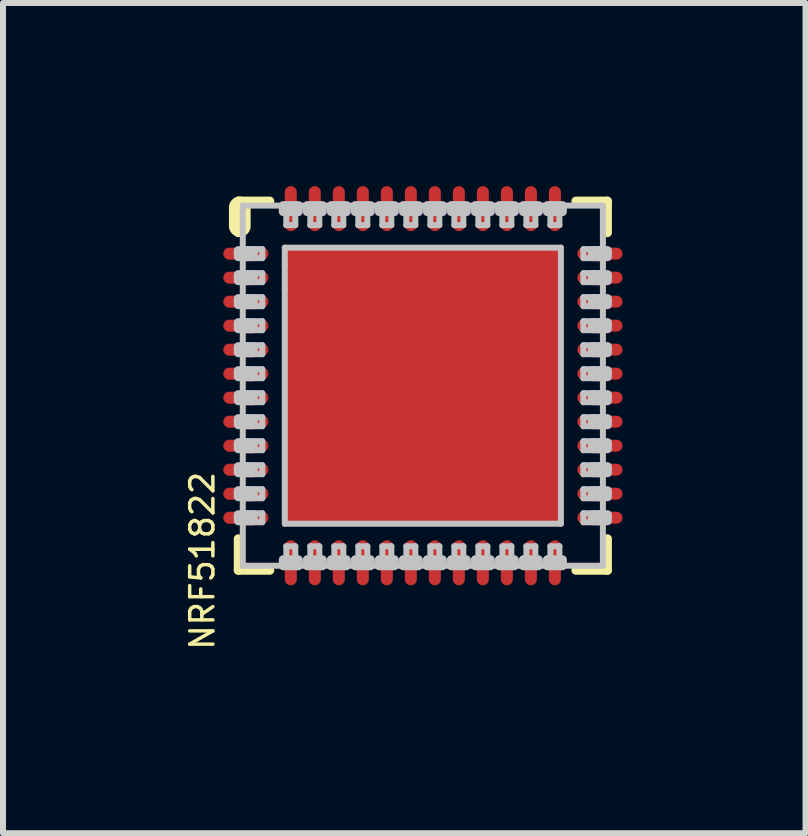
<source format=kicad_pcb>
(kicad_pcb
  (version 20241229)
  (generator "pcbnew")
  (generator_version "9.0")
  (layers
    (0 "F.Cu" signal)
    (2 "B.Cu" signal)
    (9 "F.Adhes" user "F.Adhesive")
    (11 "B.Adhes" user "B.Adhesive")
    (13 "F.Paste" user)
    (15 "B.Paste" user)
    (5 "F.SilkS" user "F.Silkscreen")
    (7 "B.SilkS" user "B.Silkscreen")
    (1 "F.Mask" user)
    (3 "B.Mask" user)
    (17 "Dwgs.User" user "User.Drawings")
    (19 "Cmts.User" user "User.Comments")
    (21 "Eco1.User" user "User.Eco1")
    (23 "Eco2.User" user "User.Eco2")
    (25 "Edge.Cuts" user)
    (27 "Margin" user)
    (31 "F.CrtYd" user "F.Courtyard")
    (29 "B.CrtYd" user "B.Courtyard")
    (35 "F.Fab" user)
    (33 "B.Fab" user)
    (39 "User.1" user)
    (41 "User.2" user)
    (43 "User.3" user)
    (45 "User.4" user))
  (footprint "NRF51822"
    (layer "F.Cu")
    (at 3.995 3.376)
    (property "Reference" "NRF51822" (at -3.9 1.4 270) (layer "F.SilkS") (effects (font (size 0.386 0.386) (thickness 0.058)) (justify right top)))
    (attr through_hole)
    (fp_line (start -3.225 -2.2) (end -2.675 -2.2) (stroke (width 0.302) (type solid)) (layer "F.Mask"))
    (fp_line (start -3.225 -1.8) (end -2.675 -1.8) (stroke (width 0.302) (type solid)) (layer "F.Mask"))
    (fp_line (start -3.225 -1.4) (end -2.675 -1.4) (stroke (width 0.302) (type solid)) (layer "F.Mask"))
    (fp_line (start -3.225 -1) (end -2.675 -1) (stroke (width 0.302) (type solid)) (layer "F.Mask"))
    (fp_line (start -3.225 -0.6) (end -2.675 -0.6) (stroke (width 0.302) (type solid)) (layer "F.Mask"))
    (fp_line (start -3.225 -0.2) (end -2.675 -0.2) (stroke (width 0.302) (type solid)) (layer "F.Mask"))
    (fp_line (start -3.225 0.2) (end -2.675 0.2) (stroke (width 0.302) (type solid)) (layer "F.Mask"))
    (fp_line (start -3.225 0.6) (end -2.675 0.6) (stroke (width 0.302) (type solid)) (layer "F.Mask"))
    (fp_line (start -3.225 1) (end -2.675 1) (stroke (width 0.302) (type solid)) (layer "F.Mask"))
    (fp_line (start -3.225 1.4) (end -2.675 1.4) (stroke (width 0.302) (type solid)) (layer "F.Mask"))
    (fp_line (start -3.225 1.8) (end -2.675 1.8) (stroke (width 0.302) (type solid)) (layer "F.Mask"))
    (fp_line (start -3.225 2.2) (end -2.675 2.2) (stroke (width 0.302) (type solid)) (layer "F.Mask"))
    (fp_line (start -2.2 -2.675) (end -2.2 -3.225) (stroke (width 0.302) (type solid)) (layer "F.Mask"))
    (fp_line (start -2.2 3.225) (end -2.2 2.675) (stroke (width 0.302) (type solid)) (layer "F.Mask"))
    (fp_line (start -1.8 -2.675) (end -1.8 -3.225) (stroke (width 0.302) (type solid)) (layer "F.Mask"))
    (fp_line (start -1.8 3.225) (end -1.8 2.675) (stroke (width 0.302) (type solid)) (layer "F.Mask"))
    (fp_line (start -1.4 -2.675) (end -1.4 -3.225) (stroke (width 0.302) (type solid)) (layer "F.Mask"))
    (fp_line (start -1.4 3.225) (end -1.4 2.675) (stroke (width 0.302) (type solid)) (layer "F.Mask"))
    (fp_line (start -1 -2.675) (end -1 -3.225) (stroke (width 0.302) (type solid)) (layer "F.Mask"))
    (fp_line (start -1 3.225) (end -1 2.675) (stroke (width 0.302) (type solid)) (layer "F.Mask"))
    (fp_line (start -0.6 -2.675) (end -0.6 -3.225) (stroke (width 0.302) (type solid)) (layer "F.Mask"))
    (fp_line (start -0.6 3.225) (end -0.6 2.675) (stroke (width 0.302) (type solid)) (layer "F.Mask"))
    (fp_line (start -0.2 -2.675) (end -0.2 -3.225) (stroke (width 0.302) (type solid)) (layer "F.Mask"))
    (fp_line (start -0.2 3.225) (end -0.2 2.675) (stroke (width 0.302) (type solid)) (layer "F.Mask"))
    (fp_line (start 0.2 -2.675) (end 0.2 -3.225) (stroke (width 0.302) (type solid)) (layer "F.Mask"))
    (fp_line (start 0.2 3.225) (end 0.2 2.675) (stroke (width 0.302) (type solid)) (layer "F.Mask"))
    (fp_line (start 0.6 -2.675) (end 0.6 -3.225) (stroke (width 0.302) (type solid)) (layer "F.Mask"))
    (fp_line (start 0.6 3.225) (end 0.6 2.675) (stroke (width 0.302) (type solid)) (layer "F.Mask"))
    (fp_line (start 1 -2.675) (end 1 -3.225) (stroke (width 0.302) (type solid)) (layer "F.Mask"))
    (fp_line (start 1 3.225) (end 1 2.675) (stroke (width 0.302) (type solid)) (layer "F.Mask"))
    (fp_line (start 1.4 -2.675) (end 1.4 -3.225) (stroke (width 0.302) (type solid)) (layer "F.Mask"))
    (fp_line (start 1.4 3.225) (end 1.4 2.675) (stroke (width 0.302) (type solid)) (layer "F.Mask"))
    (fp_line (start 1.8 -2.675) (end 1.8 -3.225) (stroke (width 0.302) (type solid)) (layer "F.Mask"))
    (fp_line (start 1.8 3.225) (end 1.8 2.675) (stroke (width 0.302) (type solid)) (layer "F.Mask"))
    (fp_line (start 2.2 -2.675) (end 2.2 -3.225) (stroke (width 0.302) (type solid)) (layer "F.Mask"))
    (fp_line (start 2.2 3.225) (end 2.2 2.675) (stroke (width 0.302) (type solid)) (layer "F.Mask"))
    (fp_line (start 2.675 -2.2) (end 3.225 -2.2) (stroke (width 0.302) (type solid)) (layer "F.Mask"))
    (fp_line (start 2.675 -1.8) (end 3.225 -1.8) (stroke (width 0.302) (type solid)) (layer "F.Mask"))
    (fp_line (start 2.675 -1.4) (end 3.225 -1.4) (stroke (width 0.302) (type solid)) (layer "F.Mask"))
    (fp_line (start 2.675 -1) (end 3.225 -1) (stroke (width 0.302) (type solid)) (layer "F.Mask"))
    (fp_line (start 2.675 -0.6) (end 3.225 -0.6) (stroke (width 0.302) (type solid)) (layer "F.Mask"))
    (fp_line (start 2.675 -0.2) (end 3.225 -0.2) (stroke (width 0.302) (type solid)) (layer "F.Mask"))
    (fp_line (start 2.675 0.2) (end 3.225 0.2) (stroke (width 0.302) (type solid)) (layer "F.Mask"))
    (fp_line (start 2.675 0.6) (end 3.225 0.6) (stroke (width 0.302) (type solid)) (layer "F.Mask"))
    (fp_line (start 2.675 1) (end 3.225 1) (stroke (width 0.302) (type solid)) (layer "F.Mask"))
    (fp_line (start 2.675 1.4) (end 3.225 1.4) (stroke (width 0.302) (type solid)) (layer "F.Mask"))
    (fp_line (start 2.675 1.8) (end 3.225 1.8) (stroke (width 0.302) (type solid)) (layer "F.Mask"))
    (fp_line (start 2.675 2.2) (end 3.225 2.2) (stroke (width 0.302) (type solid)) (layer "F.Mask"))
    (fp_poly (pts (xy -2.375 2.375) (xy 2.375 2.375) (xy 2.375 -2.375) (xy -2.375 -2.375)) (stroke (width 0.15) (type solid)) (fill yes) (layer "F.Mask"))
    (fp_line (start -3.075 -3.075) (end -2.55 -3.075) (stroke (width 0.15) (type solid)) (layer "F.SilkS"))
    (fp_line (start -3.075 -2.55) (end -3.075 -3.075) (stroke (width 0.15) (type solid)) (layer "F.SilkS"))
    (fp_line (start -3.075 3.075) (end -3.075 2.55) (stroke (width 0.15) (type solid)) (layer "F.SilkS"))
    (fp_line (start -3.05 -2.66) (end -3.05 -2.97) (stroke (width 0.362) (type solid)) (layer "F.SilkS"))
    (fp_line (start -2.55 3.075) (end -3.075 3.075) (stroke (width 0.15) (type solid)) (layer "F.SilkS"))
    (fp_line (start 2.55 -3.075) (end 3.075 -3.075) (stroke (width 0.15) (type solid)) (layer "F.SilkS"))
    (fp_line (start 3.075 -3.075) (end 3.075 -2.55) (stroke (width 0.15) (type solid)) (layer "F.SilkS"))
    (fp_line (start 3.075 2.55) (end 3.075 3.075) (stroke (width 0.15) (type solid)) (layer "F.SilkS"))
    (fp_line (start 3.075 3.075) (end 2.55 3.075) (stroke (width 0.15) (type solid)) (layer "F.SilkS"))
    (fp_poly (pts (xy -2.1 -0.2) (xy -0.2 -0.2) (xy -0.2 -2.1) (xy -2.1 -2.1)) (stroke (width 0.15) (type solid)) (fill yes) (layer "F.Paste"))
    (fp_poly (pts (xy -2.1 2.1) (xy -0.2 2.1) (xy -0.2 0.2) (xy -2.1 0.2)) (stroke (width 0.15) (type solid)) (fill yes) (layer "F.Paste"))
    (fp_poly (pts (xy 0.2 -0.2) (xy 2.1 -0.2) (xy 2.1 -2.1) (xy 0.2 -2.1)) (stroke (width 0.15) (type solid)) (fill yes) (layer "F.Paste"))
    (fp_poly (pts (xy 0.2 2.1) (xy 2.1 2.1) (xy 2.1 0.2) (xy 0.2 0.2)) (stroke (width 0.15) (type solid)) (fill yes) (layer "F.Paste"))
    (fp_line (start -3 -3) (end 3 -3) (stroke (width 0.1) (type solid)) (layer "Dwgs.User"))
    (fp_line (start -3 3) (end -3 -3) (stroke (width 0.1) (type solid)) (layer "Dwgs.User"))
    (fp_line (start -2.95 -2.125) (end -2.675 -2.125) (stroke (width 0.1) (type solid)) (layer "Dwgs.User"))
    (fp_line (start -2.95 -1.725) (end -2.675 -1.725) (stroke (width 0.1) (type solid)) (layer "Dwgs.User"))
    (fp_line (start -2.95 -1.325) (end -2.675 -1.325) (stroke (width 0.1) (type solid)) (layer "Dwgs.User"))
    (fp_line (start -2.95 -0.925) (end -2.675 -0.925) (stroke (width 0.1) (type solid)) (layer "Dwgs.User"))
    (fp_line (start -2.95 -0.525) (end -2.675 -0.525) (stroke (width 0.1) (type solid)) (layer "Dwgs.User"))
    (fp_line (start -2.95 -0.125) (end -2.675 -0.125) (stroke (width 0.1) (type solid)) (layer "Dwgs.User"))
    (fp_line (start -2.95 0.275) (end -2.675 0.275) (stroke (width 0.1) (type solid)) (layer "Dwgs.User"))
    (fp_line (start -2.95 0.675) (end -2.675 0.675) (stroke (width 0.1) (type solid)) (layer "Dwgs.User"))
    (fp_line (start -2.95 1.075) (end -2.675 1.075) (stroke (width 0.1) (type solid)) (layer "Dwgs.User"))
    (fp_line (start -2.95 1.475) (end -2.675 1.475) (stroke (width 0.1) (type solid)) (layer "Dwgs.User"))
    (fp_line (start -2.95 1.875) (end -2.675 1.875) (stroke (width 0.1) (type solid)) (layer "Dwgs.User"))
    (fp_line (start -2.95 2.275) (end -2.675 2.275) (stroke (width 0.1) (type solid)) (layer "Dwgs.User"))
    (fp_line (start -2.675 -2.275) (end -2.95 -2.275) (stroke (width 0.1) (type solid)) (layer "Dwgs.User"))
    (fp_line (start -2.675 -2.275) (end -2.675 -2.125) (stroke (width 0.1) (type solid)) (layer "Dwgs.User"))
    (fp_line (start -2.675 -1.875) (end -2.95 -1.875) (stroke (width 0.1) (type solid)) (layer "Dwgs.User"))
    (fp_line (start -2.675 -1.875) (end -2.675 -1.725) (stroke (width 0.1) (type solid)) (layer "Dwgs.User"))
    (fp_line (start -2.675 -1.475) (end -2.95 -1.475) (stroke (width 0.1) (type solid)) (layer "Dwgs.User"))
    (fp_line (start -2.675 -1.475) (end -2.675 -1.325) (stroke (width 0.1) (type solid)) (layer "Dwgs.User"))
    (fp_line (start -2.675 -1.075) (end -2.95 -1.075) (stroke (width 0.1) (type solid)) (layer "Dwgs.User"))
    (fp_line (start -2.675 -1.075) (end -2.675 -0.925) (stroke (width 0.1) (type solid)) (layer "Dwgs.User"))
    (fp_line (start -2.675 -0.675) (end -2.95 -0.675) (stroke (width 0.1) (type solid)) (layer "Dwgs.User"))
    (fp_line (start -2.675 -0.675) (end -2.675 -0.525) (stroke (width 0.1) (type solid)) (layer "Dwgs.User"))
    (fp_line (start -2.675 -0.275) (end -2.95 -0.275) (stroke (width 0.1) (type solid)) (layer "Dwgs.User"))
    (fp_line (start -2.675 -0.275) (end -2.675 -0.125) (stroke (width 0.1) (type solid)) (layer "Dwgs.User"))
    (fp_line (start -2.675 0.125) (end -2.95 0.125) (stroke (width 0.1) (type solid)) (layer "Dwgs.User"))
    (fp_line (start -2.675 0.125) (end -2.675 0.275) (stroke (width 0.1) (type solid)) (layer "Dwgs.User"))
    (fp_line (start -2.675 0.525) (end -2.95 0.525) (stroke (width 0.1) (type solid)) (layer "Dwgs.User"))
    (fp_line (start -2.675 0.525) (end -2.675 0.675) (stroke (width 0.1) (type solid)) (layer "Dwgs.User"))
    (fp_line (start -2.675 0.925) (end -2.95 0.925) (stroke (width 0.1) (type solid)) (layer "Dwgs.User"))
    (fp_line (start -2.675 0.925) (end -2.675 1.075) (stroke (width 0.1) (type solid)) (layer "Dwgs.User"))
    (fp_line (start -2.675 1.325) (end -2.95 1.325) (stroke (width 0.1) (type solid)) (layer "Dwgs.User"))
    (fp_line (start -2.675 1.325) (end -2.675 1.475) (stroke (width 0.1) (type solid)) (layer "Dwgs.User"))
    (fp_line (start -2.675 1.725) (end -2.95 1.725) (stroke (width 0.1) (type solid)) (layer "Dwgs.User"))
    (fp_line (start -2.675 1.725) (end -2.675 1.875) (stroke (width 0.1) (type solid)) (layer "Dwgs.User"))
    (fp_line (start -2.675 2.125) (end -2.95 2.125) (stroke (width 0.1) (type solid)) (layer "Dwgs.User"))
    (fp_line (start -2.675 2.125) (end -2.675 2.275) (stroke (width 0.1) (type solid)) (layer "Dwgs.User"))
    (fp_line (start -2.3 -2.3) (end 2.3 -2.3) (stroke (width 0.1) (type solid)) (layer "Dwgs.User"))
    (fp_line (start -2.3 -2) (end -2.3 -2.3) (stroke (width 0.1) (type solid)) (layer "Dwgs.User"))
    (fp_line (start -2.3 -2) (end -2.3 -1.6) (stroke (width 0.1) (type solid)) (layer "Dwgs.User"))
    (fp_line (start -2.3 2.3) (end -2.3 -1.6) (stroke (width 0.1) (type solid)) (layer "Dwgs.User"))
    (fp_line (start -2.275 -2.95) (end -2.275 -2.675) (stroke (width 0.1) (type solid)) (layer "Dwgs.User"))
    (fp_line (start -2.275 2.675) (end -2.275 2.95) (stroke (width 0.1) (type solid)) (layer "Dwgs.User"))
    (fp_line (start -2.275 2.675) (end -2.125 2.675) (stroke (width 0.1) (type solid)) (layer "Dwgs.User"))
    (fp_line (start -2.125 -2.675) (end -2.275 -2.675) (stroke (width 0.1) (type solid)) (layer "Dwgs.User"))
    (fp_line (start -2.125 -2.675) (end -2.125 -2.95) (stroke (width 0.1) (type solid)) (layer "Dwgs.User"))
    (fp_line (start -2.125 2.95) (end -2.125 2.675) (stroke (width 0.1) (type solid)) (layer "Dwgs.User"))
    (fp_line (start -1.875 -2.95) (end -1.875 -2.675) (stroke (width 0.1) (type solid)) (layer "Dwgs.User"))
    (fp_line (start -1.875 2.675) (end -1.875 2.95) (stroke (width 0.1) (type solid)) (layer "Dwgs.User"))
    (fp_line (start -1.875 2.675) (end -1.725 2.675) (stroke (width 0.1) (type solid)) (layer "Dwgs.User"))
    (fp_line (start -1.725 -2.675) (end -1.875 -2.675) (stroke (width 0.1) (type solid)) (layer "Dwgs.User"))
    (fp_line (start -1.725 -2.675) (end -1.725 -2.95) (stroke (width 0.1) (type solid)) (layer "Dwgs.User"))
    (fp_line (start -1.725 2.95) (end -1.725 2.675) (stroke (width 0.1) (type solid)) (layer "Dwgs.User"))
    (fp_line (start -1.475 -2.95) (end -1.475 -2.675) (stroke (width 0.1) (type solid)) (layer "Dwgs.User"))
    (fp_line (start -1.475 2.675) (end -1.475 2.95) (stroke (width 0.1) (type solid)) (layer "Dwgs.User"))
    (fp_line (start -1.475 2.675) (end -1.325 2.675) (stroke (width 0.1) (type solid)) (layer "Dwgs.User"))
    (fp_line (start -1.325 -2.675) (end -1.475 -2.675) (stroke (width 0.1) (type solid)) (layer "Dwgs.User"))
    (fp_line (start -1.325 -2.675) (end -1.325 -2.95) (stroke (width 0.1) (type solid)) (layer "Dwgs.User"))
    (fp_line (start -1.325 2.95) (end -1.325 2.675) (stroke (width 0.1) (type solid)) (layer "Dwgs.User"))
    (fp_line (start -1.075 -2.95) (end -1.075 -2.675) (stroke (width 0.1) (type solid)) (layer "Dwgs.User"))
    (fp_line (start -1.075 2.675) (end -1.075 2.95) (stroke (width 0.1) (type solid)) (layer "Dwgs.User"))
    (fp_line (start -1.075 2.675) (end -0.925 2.675) (stroke (width 0.1) (type solid)) (layer "Dwgs.User"))
    (fp_line (start -0.925 -2.675) (end -1.075 -2.675) (stroke (width 0.1) (type solid)) (layer "Dwgs.User"))
    (fp_line (start -0.925 -2.675) (end -0.925 -2.95) (stroke (width 0.1) (type solid)) (layer "Dwgs.User"))
    (fp_line (start -0.925 2.95) (end -0.925 2.675) (stroke (width 0.1) (type solid)) (layer "Dwgs.User"))
    (fp_line (start -0.675 -2.95) (end -0.675 -2.675) (stroke (width 0.1) (type solid)) (layer "Dwgs.User"))
    (fp_line (start -0.675 2.675) (end -0.675 2.95) (stroke (width 0.1) (type solid)) (layer "Dwgs.User"))
    (fp_line (start -0.675 2.675) (end -0.525 2.675) (stroke (width 0.1) (type solid)) (layer "Dwgs.User"))
    (fp_line (start -0.525 -2.675) (end -0.675 -2.675) (stroke (width 0.1) (type solid)) (layer "Dwgs.User"))
    (fp_line (start -0.525 -2.675) (end -0.525 -2.95) (stroke (width 0.1) (type solid)) (layer "Dwgs.User"))
    (fp_line (start -0.525 2.95) (end -0.525 2.675) (stroke (width 0.1) (type solid)) (layer "Dwgs.User"))
    (fp_line (start -0.275 -2.95) (end -0.275 -2.675) (stroke (width 0.1) (type solid)) (layer "Dwgs.User"))
    (fp_line (start -0.275 2.675) (end -0.275 2.95) (stroke (width 0.1) (type solid)) (layer "Dwgs.User"))
    (fp_line (start -0.275 2.675) (end -0.125 2.675) (stroke (width 0.1) (type solid)) (layer "Dwgs.User"))
    (fp_line (start -0.125 -2.675) (end -0.275 -2.675) (stroke (width 0.1) (type solid)) (layer "Dwgs.User"))
    (fp_line (start -0.125 -2.675) (end -0.125 -2.95) (stroke (width 0.1) (type solid)) (layer "Dwgs.User"))
    (fp_line (start -0.125 2.95) (end -0.125 2.675) (stroke (width 0.1) (type solid)) (layer "Dwgs.User"))
    (fp_line (start 0.125 -2.95) (end 0.125 -2.675) (stroke (width 0.1) (type solid)) (layer "Dwgs.User"))
    (fp_line (start 0.125 2.675) (end 0.125 2.95) (stroke (width 0.1) (type solid)) (layer "Dwgs.User"))
    (fp_line (start 0.125 2.675) (end 0.275 2.675) (stroke (width 0.1) (type solid)) (layer "Dwgs.User"))
    (fp_line (start 0.275 -2.675) (end 0.125 -2.675) (stroke (width 0.1) (type solid)) (layer "Dwgs.User"))
    (fp_line (start 0.275 -2.675) (end 0.275 -2.95) (stroke (width 0.1) (type solid)) (layer "Dwgs.User"))
    (fp_line (start 0.275 2.95) (end 0.275 2.675) (stroke (width 0.1) (type solid)) (layer "Dwgs.User"))
    (fp_line (start 0.525 -2.95) (end 0.525 -2.675) (stroke (width 0.1) (type solid)) (layer "Dwgs.User"))
    (fp_line (start 0.525 2.675) (end 0.525 2.95) (stroke (width 0.1) (type solid)) (layer "Dwgs.User"))
    (fp_line (start 0.525 2.675) (end 0.675 2.675) (stroke (width 0.1) (type solid)) (layer "Dwgs.User"))
    (fp_line (start 0.675 -2.675) (end 0.525 -2.675) (stroke (width 0.1) (type solid)) (layer "Dwgs.User"))
    (fp_line (start 0.675 -2.675) (end 0.675 -2.95) (stroke (width 0.1) (type solid)) (layer "Dwgs.User"))
    (fp_line (start 0.675 2.95) (end 0.675 2.675) (stroke (width 0.1) (type solid)) (layer "Dwgs.User"))
    (fp_line (start 0.925 -2.95) (end 0.925 -2.675) (stroke (width 0.1) (type solid)) (layer "Dwgs.User"))
    (fp_line (start 0.925 2.675) (end 0.925 2.95) (stroke (width 0.1) (type solid)) (layer "Dwgs.User"))
    (fp_line (start 0.925 2.675) (end 1.075 2.675) (stroke (width 0.1) (type solid)) (layer "Dwgs.User"))
    (fp_line (start 1.075 -2.675) (end 0.925 -2.675) (stroke (width 0.1) (type solid)) (layer "Dwgs.User"))
    (fp_line (start 1.075 -2.675) (end 1.075 -2.95) (stroke (width 0.1) (type solid)) (layer "Dwgs.User"))
    (fp_line (start 1.075 2.95) (end 1.075 2.675) (stroke (width 0.1) (type solid)) (layer "Dwgs.User"))
    (fp_line (start 1.325 -2.95) (end 1.325 -2.675) (stroke (width 0.1) (type solid)) (layer "Dwgs.User"))
    (fp_line (start 1.325 2.675) (end 1.325 2.95) (stroke (width 0.1) (type solid)) (layer "Dwgs.User"))
    (fp_line (start 1.325 2.675) (end 1.475 2.675) (stroke (width 0.1) (type solid)) (layer "Dwgs.User"))
    (fp_line (start 1.475 -2.675) (end 1.325 -2.675) (stroke (width 0.1) (type solid)) (layer "Dwgs.User"))
    (fp_line (start 1.475 -2.675) (end 1.475 -2.95) (stroke (width 0.1) (type solid)) (layer "Dwgs.User"))
    (fp_line (start 1.475 2.95) (end 1.475 2.675) (stroke (width 0.1) (type solid)) (layer "Dwgs.User"))
    (fp_line (start 1.725 -2.95) (end 1.725 -2.675) (stroke (width 0.1) (type solid)) (layer "Dwgs.User"))
    (fp_line (start 1.725 2.675) (end 1.725 2.95) (stroke (width 0.1) (type solid)) (layer "Dwgs.User"))
    (fp_line (start 1.725 2.675) (end 1.875 2.675) (stroke (width 0.1) (type solid)) (layer "Dwgs.User"))
    (fp_line (start 1.875 -2.675) (end 1.725 -2.675) (stroke (width 0.1) (type solid)) (layer "Dwgs.User"))
    (fp_line (start 1.875 -2.675) (end 1.875 -2.95) (stroke (width 0.1) (type solid)) (layer "Dwgs.User"))
    (fp_line (start 1.875 2.95) (end 1.875 2.675) (stroke (width 0.1) (type solid)) (layer "Dwgs.User"))
    (fp_line (start 2.125 -2.95) (end 2.125 -2.675) (stroke (width 0.1) (type solid)) (layer "Dwgs.User"))
    (fp_line (start 2.125 2.675) (end 2.125 2.95) (stroke (width 0.1) (type solid)) (layer "Dwgs.User"))
    (fp_line (start 2.125 2.675) (end 2.275 2.675) (stroke (width 0.1) (type solid)) (layer "Dwgs.User"))
    (fp_line (start 2.275 -2.675) (end 2.125 -2.675) (stroke (width 0.1) (type solid)) (layer "Dwgs.User"))
    (fp_line (start 2.275 -2.675) (end 2.275 -2.95) (stroke (width 0.1) (type solid)) (layer "Dwgs.User"))
    (fp_line (start 2.275 2.95) (end 2.275 2.675) (stroke (width 0.1) (type solid)) (layer "Dwgs.User"))
    (fp_line (start 2.3 -2.3) (end 2.3 2.3) (stroke (width 0.1) (type solid)) (layer "Dwgs.User"))
    (fp_line (start 2.3 2.3) (end -2.3 2.3) (stroke (width 0.1) (type solid)) (layer "Dwgs.User"))
    (fp_line (start 2.675 -2.125) (end 2.675 -2.275) (stroke (width 0.1) (type solid)) (layer "Dwgs.User"))
    (fp_line (start 2.675 -2.125) (end 2.95 -2.125) (stroke (width 0.1) (type solid)) (layer "Dwgs.User"))
    (fp_line (start 2.675 -1.725) (end 2.675 -1.875) (stroke (width 0.1) (type solid)) (layer "Dwgs.User"))
    (fp_line (start 2.675 -1.725) (end 2.95 -1.725) (stroke (width 0.1) (type solid)) (layer "Dwgs.User"))
    (fp_line (start 2.675 -1.325) (end 2.675 -1.475) (stroke (width 0.1) (type solid)) (layer "Dwgs.User"))
    (fp_line (start 2.675 -1.325) (end 2.95 -1.325) (stroke (width 0.1) (type solid)) (layer "Dwgs.User"))
    (fp_line (start 2.675 -0.925) (end 2.675 -1.075) (stroke (width 0.1) (type solid)) (layer "Dwgs.User"))
    (fp_line (start 2.675 -0.925) (end 2.95 -0.925) (stroke (width 0.1) (type solid)) (layer "Dwgs.User"))
    (fp_line (start 2.675 -0.525) (end 2.675 -0.675) (stroke (width 0.1) (type solid)) (layer "Dwgs.User"))
    (fp_line (start 2.675 -0.525) (end 2.95 -0.525) (stroke (width 0.1) (type solid)) (layer "Dwgs.User"))
    (fp_line (start 2.675 -0.125) (end 2.675 -0.275) (stroke (width 0.1) (type solid)) (layer "Dwgs.User"))
    (fp_line (start 2.675 -0.125) (end 2.95 -0.125) (stroke (width 0.1) (type solid)) (layer "Dwgs.User"))
    (fp_line (start 2.675 0.275) (end 2.675 0.125) (stroke (width 0.1) (type solid)) (layer "Dwgs.User"))
    (fp_line (start 2.675 0.275) (end 2.95 0.275) (stroke (width 0.1) (type solid)) (layer "Dwgs.User"))
    (fp_line (start 2.675 0.675) (end 2.675 0.525) (stroke (width 0.1) (type solid)) (layer "Dwgs.User"))
    (fp_line (start 2.675 0.675) (end 2.95 0.675) (stroke (width 0.1) (type solid)) (layer "Dwgs.User"))
    (fp_line (start 2.675 1.075) (end 2.675 0.925) (stroke (width 0.1) (type solid)) (layer "Dwgs.User"))
    (fp_line (start 2.675 1.075) (end 2.95 1.075) (stroke (width 0.1) (type solid)) (layer "Dwgs.User"))
    (fp_line (start 2.675 1.475) (end 2.675 1.325) (stroke (width 0.1) (type solid)) (layer "Dwgs.User"))
    (fp_line (start 2.675 1.475) (end 2.95 1.475) (stroke (width 0.1) (type solid)) (layer "Dwgs.User"))
    (fp_line (start 2.675 1.875) (end 2.675 1.725) (stroke (width 0.1) (type solid)) (layer "Dwgs.User"))
    (fp_line (start 2.675 1.875) (end 2.95 1.875) (stroke (width 0.1) (type solid)) (layer "Dwgs.User"))
    (fp_line (start 2.675 2.275) (end 2.675 2.125) (stroke (width 0.1) (type solid)) (layer "Dwgs.User"))
    (fp_line (start 2.675 2.275) (end 2.95 2.275) (stroke (width 0.1) (type solid)) (layer "Dwgs.User"))
    (fp_line (start 2.95 -2.275) (end 2.675 -2.275) (stroke (width 0.1) (type solid)) (layer "Dwgs.User"))
    (fp_line (start 2.95 -1.875) (end 2.675 -1.875) (stroke (width 0.1) (type solid)) (layer "Dwgs.User"))
    (fp_line (start 2.95 -1.475) (end 2.675 -1.475) (stroke (width 0.1) (type solid)) (layer "Dwgs.User"))
    (fp_line (start 2.95 -1.075) (end 2.675 -1.075) (stroke (width 0.1) (type solid)) (layer "Dwgs.User"))
    (fp_line (start 2.95 -0.675) (end 2.675 -0.675) (stroke (width 0.1) (type solid)) (layer "Dwgs.User"))
    (fp_line (start 2.95 -0.275) (end 2.675 -0.275) (stroke (width 0.1) (type solid)) (layer "Dwgs.User"))
    (fp_line (start 2.95 0.125) (end 2.675 0.125) (stroke (width 0.1) (type solid)) (layer "Dwgs.User"))
    (fp_line (start 2.95 0.525) (end 2.675 0.525) (stroke (width 0.1) (type solid)) (layer "Dwgs.User"))
    (fp_line (start 2.95 0.925) (end 2.675 0.925) (stroke (width 0.1) (type solid)) (layer "Dwgs.User"))
    (fp_line (start 2.95 1.325) (end 2.675 1.325) (stroke (width 0.1) (type solid)) (layer "Dwgs.User"))
    (fp_line (start 2.95 1.725) (end 2.675 1.725) (stroke (width 0.1) (type solid)) (layer "Dwgs.User"))
    (fp_line (start 2.95 2.125) (end 2.675 2.125) (stroke (width 0.1) (type solid)) (layer "Dwgs.User"))
    (fp_line (start 3 -3) (end 3 3) (stroke (width 0.1) (type solid)) (layer "Dwgs.User"))
    (fp_line (start 3 3) (end -3 3) (stroke (width 0.1) (type solid)) (layer "Dwgs.User"))
    (fp_poly (pts (xy -3.075 -2.15) (xy -2.825 -2.15) (xy -2.825 -2.25) (xy -3.075 -2.25)) (stroke (width 0.15) (type solid)) (fill no) (layer "Dwgs.User"))
    (fp_poly (pts (xy -3.075 -1.75) (xy -2.825 -1.75) (xy -2.825 -1.85) (xy -3.075 -1.85)) (stroke (width 0.15) (type solid)) (fill no) (layer "Dwgs.User"))
    (fp_poly (pts (xy -3.075 -1.35) (xy -2.825 -1.35) (xy -2.825 -1.45) (xy -3.075 -1.45)) (stroke (width 0.15) (type solid)) (fill no) (layer "Dwgs.User"))
    (fp_poly (pts (xy -3.075 -0.95) (xy -2.825 -0.95) (xy -2.825 -1.05) (xy -3.075 -1.05)) (stroke (width 0.15) (type solid)) (fill no) (layer "Dwgs.User"))
    (fp_poly (pts (xy -3.075 -0.55) (xy -2.825 -0.55) (xy -2.825 -0.65) (xy -3.075 -0.65)) (stroke (width 0.15) (type solid)) (fill no) (layer "Dwgs.User"))
    (fp_poly (pts (xy -3.075 -0.15) (xy -2.825 -0.15) (xy -2.825 -0.25) (xy -3.075 -0.25)) (stroke (width 0.15) (type solid)) (fill no) (layer "Dwgs.User"))
    (fp_poly (pts (xy -3.075 0.25) (xy -2.825 0.25) (xy -2.825 0.15) (xy -3.075 0.15)) (stroke (width 0.15) (type solid)) (fill no) (layer "Dwgs.User"))
    (fp_poly (pts (xy -3.075 0.65) (xy -2.825 0.65) (xy -2.825 0.55) (xy -3.075 0.55)) (stroke (width 0.15) (type solid)) (fill no) (layer "Dwgs.User"))
    (fp_poly (pts (xy -3.075 1.05) (xy -2.825 1.05) (xy -2.825 0.95) (xy -3.075 0.95)) (stroke (width 0.15) (type solid)) (fill no) (layer "Dwgs.User"))
    (fp_poly (pts (xy -3.075 1.45) (xy -2.825 1.45) (xy -2.825 1.35) (xy -3.075 1.35)) (stroke (width 0.15) (type solid)) (fill no) (layer "Dwgs.User"))
    (fp_poly (pts (xy -3.075 1.85) (xy -2.825 1.85) (xy -2.825 1.75) (xy -3.075 1.75)) (stroke (width 0.15) (type solid)) (fill no) (layer "Dwgs.User"))
    (fp_poly (pts (xy -3.075 2.25) (xy -2.825 2.25) (xy -2.825 2.15) (xy -3.075 2.15)) (stroke (width 0.15) (type solid)) (fill no) (layer "Dwgs.User"))
    (fp_poly (pts (xy -2.325 -2.9) (xy -2.075 -2.9) (xy -2.075 -3) (xy -2.325 -3)) (stroke (width 0.15) (type solid)) (fill no) (layer "Dwgs.User"))
    (fp_poly (pts (xy -2.325 3) (xy -2.075 3) (xy -2.075 2.9) (xy -2.325 2.9)) (stroke (width 0.15) (type solid)) (fill no) (layer "Dwgs.User"))
    (fp_poly (pts (xy -1.925 -2.9) (xy -1.675 -2.9) (xy -1.675 -3) (xy -1.925 -3)) (stroke (width 0.15) (type solid)) (fill no) (layer "Dwgs.User"))
    (fp_poly (pts (xy -1.925 3) (xy -1.675 3) (xy -1.675 2.9) (xy -1.925 2.9)) (stroke (width 0.15) (type solid)) (fill no) (layer "Dwgs.User"))
    (fp_poly (pts (xy -1.525 -2.9) (xy -1.275 -2.9) (xy -1.275 -3) (xy -1.525 -3)) (stroke (width 0.15) (type solid)) (fill no) (layer "Dwgs.User"))
    (fp_poly (pts (xy -1.525 3) (xy -1.275 3) (xy -1.275 2.9) (xy -1.525 2.9)) (stroke (width 0.15) (type solid)) (fill no) (layer "Dwgs.User"))
    (fp_poly (pts (xy -1.125 -2.9) (xy -0.875 -2.9) (xy -0.875 -3) (xy -1.125 -3)) (stroke (width 0.15) (type solid)) (fill no) (layer "Dwgs.User"))
    (fp_poly (pts (xy -1.125 3) (xy -0.875 3) (xy -0.875 2.9) (xy -1.125 2.9)) (stroke (width 0.15) (type solid)) (fill no) (layer "Dwgs.User"))
    (fp_poly (pts (xy -0.725 -2.9) (xy -0.475 -2.9) (xy -0.475 -3) (xy -0.725 -3)) (stroke (width 0.15) (type solid)) (fill no) (layer "Dwgs.User"))
    (fp_poly (pts (xy -0.725 3) (xy -0.475 3) (xy -0.475 2.9) (xy -0.725 2.9)) (stroke (width 0.15) (type solid)) (fill no) (layer "Dwgs.User"))
    (fp_poly (pts (xy -0.325 -2.9) (xy -0.075 -2.9) (xy -0.075 -3) (xy -0.325 -3)) (stroke (width 0.15) (type solid)) (fill no) (layer "Dwgs.User"))
    (fp_poly (pts (xy -0.325 3) (xy -0.075 3) (xy -0.075 2.9) (xy -0.325 2.9)) (stroke (width 0.15) (type solid)) (fill no) (layer "Dwgs.User"))
    (fp_poly (pts (xy 0.075 -2.9) (xy 0.325 -2.9) (xy 0.325 -3) (xy 0.075 -3)) (stroke (width 0.15) (type solid)) (fill no) (layer "Dwgs.User"))
    (fp_poly (pts (xy 0.075 3) (xy 0.325 3) (xy 0.325 2.9) (xy 0.075 2.9)) (stroke (width 0.15) (type solid)) (fill no) (layer "Dwgs.User"))
    (fp_poly (pts (xy 0.475 -2.9) (xy 0.725 -2.9) (xy 0.725 -3) (xy 0.475 -3)) (stroke (width 0.15) (type solid)) (fill no) (layer "Dwgs.User"))
    (fp_poly (pts (xy 0.475 3) (xy 0.725 3) (xy 0.725 2.9) (xy 0.475 2.9)) (stroke (width 0.15) (type solid)) (fill no) (layer "Dwgs.User"))
    (fp_poly (pts (xy 0.875 -2.9) (xy 1.125 -2.9) (xy 1.125 -3) (xy 0.875 -3)) (stroke (width 0.15) (type solid)) (fill no) (layer "Dwgs.User"))
    (fp_poly (pts (xy 0.875 3) (xy 1.125 3) (xy 1.125 2.9) (xy 0.875 2.9)) (stroke (width 0.15) (type solid)) (fill no) (layer "Dwgs.User"))
    (fp_poly (pts (xy 1.275 -2.9) (xy 1.525 -2.9) (xy 1.525 -3) (xy 1.275 -3)) (stroke (width 0.15) (type solid)) (fill no) (layer "Dwgs.User"))
    (fp_poly (pts (xy 1.275 3) (xy 1.525 3) (xy 1.525 2.9) (xy 1.275 2.9)) (stroke (width 0.15) (type solid)) (fill no) (layer "Dwgs.User"))
    (fp_poly (pts (xy 1.675 -2.9) (xy 1.925 -2.9) (xy 1.925 -3) (xy 1.675 -3)) (stroke (width 0.15) (type solid)) (fill no) (layer "Dwgs.User"))
    (fp_poly (pts (xy 1.675 3) (xy 1.925 3) (xy 1.925 2.9) (xy 1.675 2.9)) (stroke (width 0.15) (type solid)) (fill no) (layer "Dwgs.User"))
    (fp_poly (pts (xy 2.075 -2.9) (xy 2.325 -2.9) (xy 2.325 -3) (xy 2.075 -3)) (stroke (width 0.15) (type solid)) (fill no) (layer "Dwgs.User"))
    (fp_poly (pts (xy 2.075 3) (xy 2.325 3) (xy 2.325 2.9) (xy 2.075 2.9)) (stroke (width 0.15) (type solid)) (fill no) (layer "Dwgs.User"))
    (fp_poly (pts (xy 2.825 -2.15) (xy 3.075 -2.15) (xy 3.075 -2.25) (xy 2.825 -2.25)) (stroke (width 0.15) (type solid)) (fill no) (layer "Dwgs.User"))
    (fp_poly (pts (xy 2.825 -1.75) (xy 3.075 -1.75) (xy 3.075 -1.85) (xy 2.825 -1.85)) (stroke (width 0.15) (type solid)) (fill no) (layer "Dwgs.User"))
    (fp_poly (pts (xy 2.825 -1.35) (xy 3.075 -1.35) (xy 3.075 -1.45) (xy 2.825 -1.45)) (stroke (width 0.15) (type solid)) (fill no) (layer "Dwgs.User"))
    (fp_poly (pts (xy 2.825 -0.95) (xy 3.075 -0.95) (xy 3.075 -1.05) (xy 2.825 -1.05)) (stroke (width 0.15) (type solid)) (fill no) (layer "Dwgs.User"))
    (fp_poly (pts (xy 2.825 -0.55) (xy 3.075 -0.55) (xy 3.075 -0.65) (xy 2.825 -0.65)) (stroke (width 0.15) (type solid)) (fill no) (layer "Dwgs.User"))
    (fp_poly (pts (xy 2.825 -0.15) (xy 3.075 -0.15) (xy 3.075 -0.25) (xy 2.825 -0.25)) (stroke (width 0.15) (type solid)) (fill no) (layer "Dwgs.User"))
    (fp_poly (pts (xy 2.825 0.25) (xy 3.075 0.25) (xy 3.075 0.15) (xy 2.825 0.15)) (stroke (width 0.15) (type solid)) (fill no) (layer "Dwgs.User"))
    (fp_poly (pts (xy 2.825 0.65) (xy 3.075 0.65) (xy 3.075 0.55) (xy 2.825 0.55)) (stroke (width 0.15) (type solid)) (fill no) (layer "Dwgs.User"))
    (fp_poly (pts (xy 2.825 1.05) (xy 3.075 1.05) (xy 3.075 0.95) (xy 2.825 0.95)) (stroke (width 0.15) (type solid)) (fill no) (layer "Dwgs.User"))
    (fp_poly (pts (xy 2.825 1.45) (xy 3.075 1.45) (xy 3.075 1.35) (xy 2.825 1.35)) (stroke (width 0.15) (type solid)) (fill no) (layer "Dwgs.User"))
    (fp_poly (pts (xy 2.825 1.85) (xy 3.075 1.85) (xy 3.075 1.75) (xy 2.825 1.75)) (stroke (width 0.15) (type solid)) (fill no) (layer "Dwgs.User"))
    (fp_poly (pts (xy 2.825 2.25) (xy 3.075 2.25) (xy 3.075 2.15) (xy 2.825 2.15)) (stroke (width 0.15) (type solid)) (fill no) (layer "Dwgs.User"))
    (pad "1" smd oval (at -2.95 -2.2) (size 0.75 0.2) (layers "F.Cu" "F.Mask" "F.Paste"))
    (pad "2" smd oval (at -2.95 -1.8) (size 0.75 0.2) (layers "F.Cu" "F.Mask" "F.Paste"))
    (pad "3" smd oval (at -2.95 -1.4) (size 0.75 0.2) (layers "F.Cu" "F.Mask" "F.Paste"))
    (pad "4" smd oval (at -2.95 -1) (size 0.75 0.2) (layers "F.Cu" "F.Mask" "F.Paste"))
    (pad "5" smd oval (at -2.95 -0.6) (size 0.75 0.2) (layers "F.Cu" "F.Mask" "F.Paste"))
    (pad "6" smd oval (at -2.95 -0.2) (size 0.75 0.2) (layers "F.Cu" "F.Mask" "F.Paste"))
    (pad "7" smd oval (at -2.95 0.2) (size 0.75 0.2) (layers "F.Cu" "F.Mask" "F.Paste"))
    (pad "8" smd oval (at -2.95 0.6) (size 0.75 0.2) (layers "F.Cu" "F.Mask" "F.Paste"))
    (pad "9" smd oval (at -2.95 1) (size 0.75 0.2) (layers "F.Cu" "F.Mask" "F.Paste"))
    (pad "10" smd oval (at -2.95 1.4) (size 0.75 0.2) (layers "F.Cu" "F.Mask" "F.Paste"))
    (pad "11" smd oval (at -2.95 1.8) (size 0.75 0.2) (layers "F.Cu" "F.Mask" "F.Paste"))
    (pad "12" smd oval (at -2.95 2.2) (size 0.75 0.2) (layers "F.Cu" "F.Mask" "F.Paste"))
    (pad "13" smd oval (at -2.2 2.95) (size 0.2 0.75) (layers "F.Cu" "F.Mask" "F.Paste"))
    (pad "14" smd oval (at -1.8 2.95) (size 0.2 0.75) (layers "F.Cu" "F.Mask" "F.Paste"))
    (pad "15" smd oval (at -1.4 2.95) (size 0.2 0.75) (layers "F.Cu" "F.Mask" "F.Paste"))
    (pad "16" smd oval (at -1 2.95) (size 0.2 0.75) (layers "F.Cu" "F.Mask" "F.Paste"))
    (pad "17" smd oval (at -0.6 2.95) (size 0.2 0.75) (layers "F.Cu" "F.Mask" "F.Paste"))
    (pad "18" smd oval (at -0.2 2.95) (size 0.2 0.75) (layers "F.Cu" "F.Mask" "F.Paste"))
    (pad "19" smd oval (at 0.2 2.95) (size 0.2 0.75) (layers "F.Cu" "F.Mask" "F.Paste"))
    (pad "20" smd oval (at 0.6 2.95) (size 0.2 0.75) (layers "F.Cu" "F.Mask" "F.Paste"))
    (pad "21" smd oval (at 1 2.95) (size 0.2 0.75) (layers "F.Cu" "F.Mask" "F.Paste"))
    (pad "22" smd oval (at 1.4 2.95) (size 0.2 0.75) (layers "F.Cu" "F.Mask" "F.Paste"))
    (pad "23" smd oval (at 1.8 2.95) (size 0.2 0.75) (layers "F.Cu" "F.Mask" "F.Paste"))
    (pad "24" smd oval (at 2.2 2.95) (size 0.2 0.75) (layers "F.Cu" "F.Mask" "F.Paste"))
    (pad "25" smd oval (at 2.95 2.2) (size 0.75 0.2) (layers "F.Cu" "F.Mask" "F.Paste"))
    (pad "26" smd oval (at 2.95 1.8) (size 0.75 0.2) (layers "F.Cu" "F.Mask" "F.Paste"))
    (pad "27" smd oval (at 2.95 1.4) (size 0.75 0.2) (layers "F.Cu" "F.Mask" "F.Paste"))
    (pad "28" smd oval (at 2.95 1) (size 0.75 0.2) (layers "F.Cu" "F.Mask" "F.Paste"))
    (pad "29" smd oval (at 2.95 0.6) (size 0.75 0.2) (layers "F.Cu" "F.Mask" "F.Paste"))
    (pad "30" smd oval (at 2.95 0.2) (size 0.75 0.2) (layers "F.Cu" "F.Mask" "F.Paste"))
    (pad "31" smd oval (at 2.95 -0.2) (size 0.75 0.2) (layers "F.Cu" "F.Mask" "F.Paste"))
    (pad "32" smd oval (at 2.95 -0.6) (size 0.75 0.2) (layers "F.Cu" "F.Mask" "F.Paste"))
    (pad "33" smd oval (at 2.95 -1) (size 0.75 0.2) (layers "F.Cu" "F.Mask" "F.Paste"))
    (pad "34" smd oval (at 2.95 -1.4) (size 0.75 0.2) (layers "F.Cu" "F.Mask" "F.Paste"))
    (pad "35" smd oval (at 2.95 -1.8) (size 0.75 0.2) (layers "F.Cu" "F.Mask" "F.Paste"))
    (pad "36" smd oval (at 2.95 -2.2) (size 0.75 0.2) (layers "F.Cu" "F.Mask" "F.Paste"))
    (pad "37" smd oval (at 2.2 -2.95) (size 0.2 0.75) (layers "F.Cu" "F.Mask" "F.Paste"))
    (pad "38" smd oval (at 1.8 -2.95) (size 0.2 0.75) (layers "F.Cu" "F.Mask" "F.Paste"))
    (pad "39" smd oval (at 1.4 -2.95) (size 0.2 0.75) (layers "F.Cu" "F.Mask" "F.Paste"))
    (pad "40" smd oval (at 1 -2.95) (size 0.2 0.75) (layers "F.Cu" "F.Mask" "F.Paste"))
    (pad "41" smd oval (at 0.6 -2.95) (size 0.2 0.75) (layers "F.Cu" "F.Mask" "F.Paste"))
    (pad "42" smd oval (at 0.2 -2.95) (size 0.2 0.75) (layers "F.Cu" "F.Mask" "F.Paste"))
    (pad "43" smd oval (at -0.2 -2.95) (size 0.2 0.75) (layers "F.Cu" "F.Mask" "F.Paste"))
    (pad "44" smd oval (at -0.6 -2.95) (size 0.2 0.75) (layers "F.Cu" "F.Mask" "F.Paste"))
    (pad "45" smd oval (at -1 -2.95) (size 0.2 0.75) (layers "F.Cu" "F.Mask" "F.Paste"))
    (pad "46" smd oval (at -1.4 -2.95) (size 0.2 0.75) (layers "F.Cu" "F.Mask" "F.Paste"))
    (pad "47" smd oval (at -1.8 -2.95) (size 0.2 0.75) (layers "F.Cu" "F.Mask" "F.Paste"))
    (pad "48" smd oval (at -2.2 -2.95) (size 0.2 0.75) (layers "F.Cu" "F.Mask" "F.Paste"))
    (pad "PAD" smd rect (at 0 0) (size 4.6 4.6) (layers "F.Cu" "F.Mask" "F.Paste")))
  (gr_rect
    (start -3 -3)
    (end 10.371 10.832)
    (stroke (width 0.1) (type default))
    (fill no)
    (layer "Edge.Cuts")))
</source>
